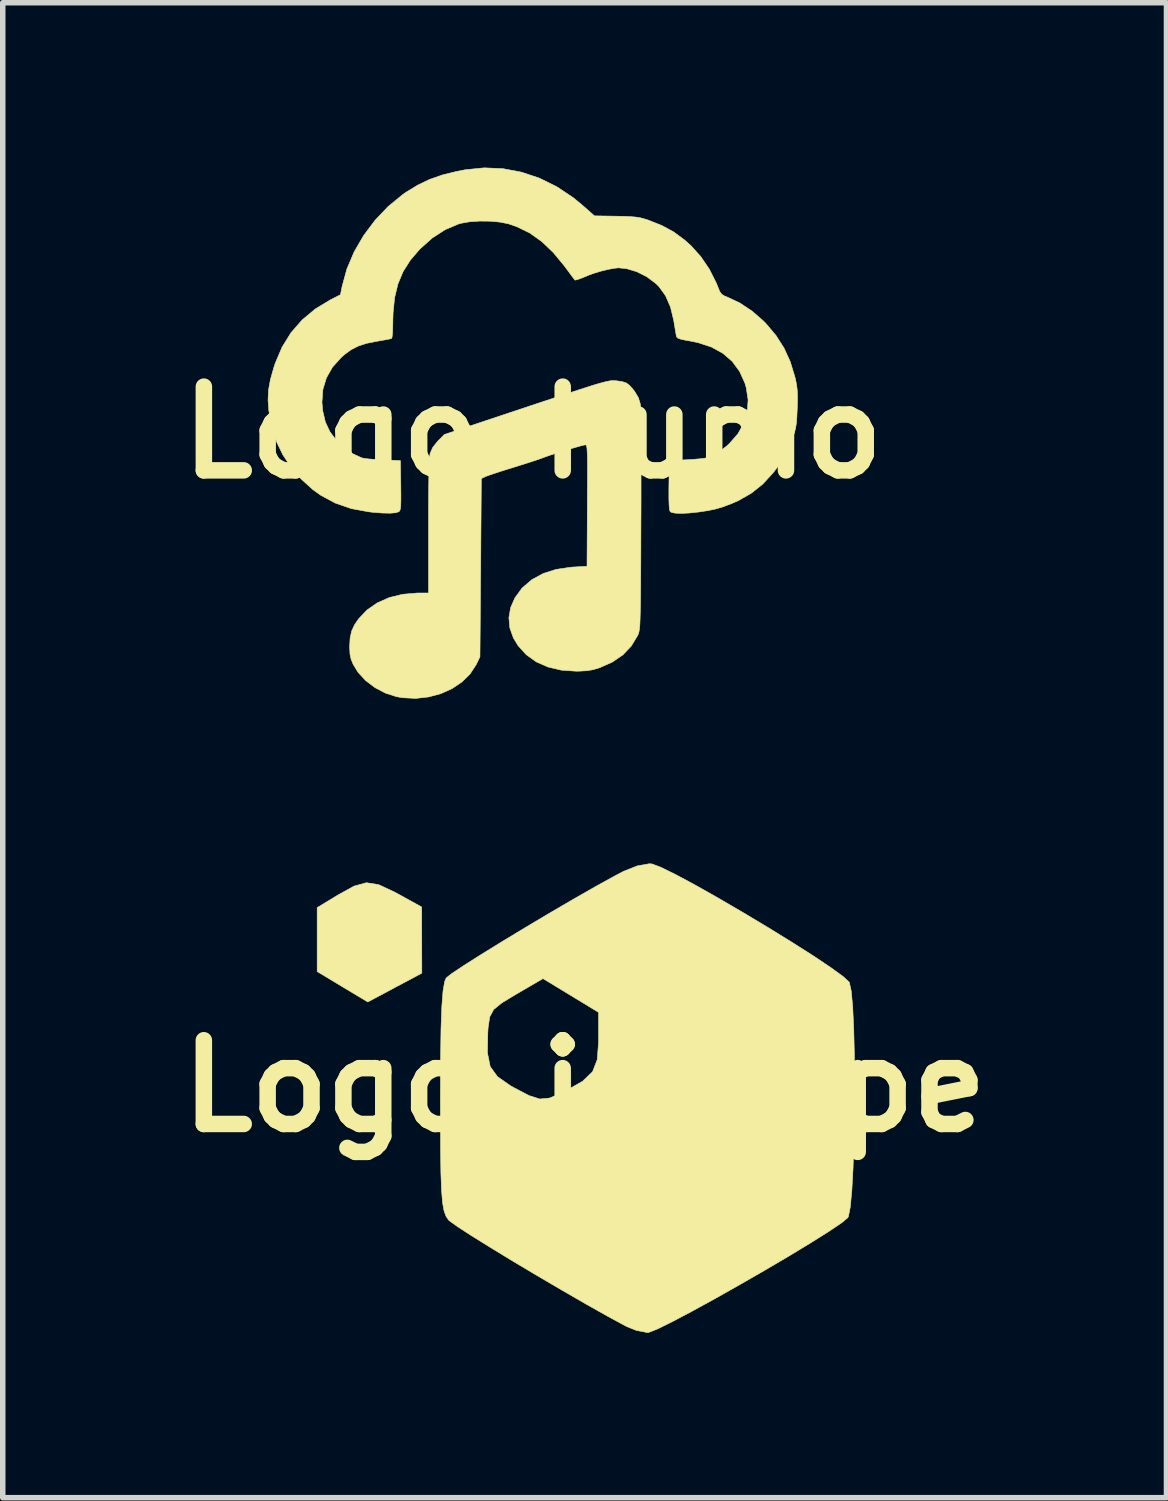
<source format=kicad_pcb>
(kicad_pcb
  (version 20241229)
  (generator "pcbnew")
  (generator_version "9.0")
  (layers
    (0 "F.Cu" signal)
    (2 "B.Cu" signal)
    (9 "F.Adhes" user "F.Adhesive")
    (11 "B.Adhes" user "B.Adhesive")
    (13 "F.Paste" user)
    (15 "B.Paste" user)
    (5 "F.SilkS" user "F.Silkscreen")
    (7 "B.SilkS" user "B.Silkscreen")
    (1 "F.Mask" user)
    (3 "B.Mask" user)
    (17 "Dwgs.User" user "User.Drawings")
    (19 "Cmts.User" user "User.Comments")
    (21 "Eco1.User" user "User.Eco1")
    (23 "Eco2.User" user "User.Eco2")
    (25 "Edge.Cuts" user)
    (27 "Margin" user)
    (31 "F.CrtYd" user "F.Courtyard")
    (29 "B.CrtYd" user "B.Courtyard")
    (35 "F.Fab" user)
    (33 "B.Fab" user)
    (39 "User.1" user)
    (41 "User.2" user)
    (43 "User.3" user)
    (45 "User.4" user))
  (footprint "Logo humo"
    (layer "F.Cu")
    (at 6.648 4.822)
    (property "Reference" "Logo humo" (at 0 0 0) (layer "F.SilkS") (effects (font (size 1.524 1.524) (thickness 0.3))))
    (attr through_hole)
    (fp_poly (pts (xy 1.511 -0.942) (xy 1.522 -0.941) (xy 1.626 -0.926) (xy 1.7 -0.902) (xy 1.761 -0.858) (xy 1.824 -0.785) (xy 1.854 -0.746) (xy 1.921 -0.636) (xy 1.955 -0.526) (xy 1.96 -0.492) (xy 1.963 -0.447) (xy 1.965 -0.356) (xy 1.967 -0.223) (xy 1.968 -0.053) (xy 1.969 0.151) (xy 1.97 0.385) (xy 1.97 0.644) (xy 1.97 0.924) (xy 1.97 1.221) (xy 1.969 1.531) (xy 1.968 1.611) (xy 1.967 1.971) (xy 1.966 2.285) (xy 1.964 2.556) (xy 1.963 2.787) (xy 1.961 2.981) (xy 1.959 3.143) (xy 1.956 3.276) (xy 1.953 3.383) (xy 1.95 3.467) (xy 1.946 3.532) (xy 1.94 3.582) (xy 1.934 3.619) (xy 1.927 3.648) (xy 1.919 3.671) (xy 1.91 3.692) (xy 1.908 3.696) (xy 1.791 3.889) (xy 1.637 4.05) (xy 1.444 4.181) (xy 1.21 4.284) (xy 1.204 4.286) (xy 1.095 4.318) (xy 0.985 4.336) (xy 0.852 4.344) (xy 0.79 4.345) (xy 0.52 4.326) (xy 0.277 4.269) (xy 0.063 4.175) (xy -0.119 4.045) (xy -0.268 3.88) (xy -0.354 3.738) (xy -0.418 3.558) (xy -0.435 3.373) (xy -0.404 3.189) (xy -0.326 3.011) (xy -0.203 2.842) (xy -0.189 2.826) (xy -0.017 2.679) (xy 0.189 2.567) (xy 0.427 2.491) (xy 0.696 2.452) (xy 0.724 2.45) (xy 0.987 2.435) (xy 0.993 1.33) (xy 0.994 1.066) (xy 0.995 0.847) (xy 0.996 0.67) (xy 0.995 0.53) (xy 0.993 0.423) (xy 0.99 0.344) (xy 0.986 0.289) (xy 0.981 0.254) (xy 0.973 0.235) (xy 0.964 0.226) (xy 0.956 0.225) (xy 0.919 0.232) (xy 0.846 0.251) (xy 0.746 0.28) (xy 0.631 0.314) (xy 0.511 0.35) (xy 0.396 0.386) (xy 0.298 0.419) (xy 0.226 0.444) (xy 0.212 0.449) (xy 0.149 0.473) (xy 0.06 0.504) (xy -0.06 0.543) (xy -0.218 0.593) (xy -0.417 0.655) (xy -0.437 0.661) (xy -0.571 0.703) (xy -0.692 0.743) (xy -0.791 0.776) (xy -0.856 0.8) (xy -0.874 0.808) (xy -0.937 0.839) (xy -0.949 2.461) (xy -0.962 4.083) (xy -1.03 4.224) (xy -1.141 4.394) (xy -1.29 4.541) (xy -1.47 4.662) (xy -1.675 4.754) (xy -1.898 4.814) (xy -2.13 4.84) (xy -2.366 4.828) (xy -2.479 4.809) (xy -2.682 4.744) (xy -2.874 4.643) (xy -3.043 4.515) (xy -3.181 4.365) (xy -3.269 4.221) (xy -3.307 4.128) (xy -3.327 4.038) (xy -3.333 3.928) (xy -3.334 3.896) (xy -3.325 3.74) (xy -3.297 3.613) (xy -3.242 3.497) (xy -3.173 3.395) (xy -3.02 3.233) (xy -2.832 3.102) (xy -2.613 3.005) (xy -2.369 2.945) (xy -2.103 2.922) (xy -2.084 2.922) (xy -1.898 2.922) (xy -1.898 1.709) (xy -1.898 1.377) (xy -1.896 1.094) (xy -1.893 0.858) (xy -1.889 0.67) (xy -1.883 0.529) (xy -1.877 0.433) (xy -1.87 0.384) (xy -1.823 0.275) (xy -1.736 0.164) (xy -1.726 0.154) (xy -1.611 0.037) (xy -0.12 -0.46) (xy 0.183 -0.561) (xy 0.443 -0.647) (xy 0.663 -0.719) (xy 0.846 -0.779) (xy 0.998 -0.828) (xy 1.121 -0.867) (xy 1.22 -0.896) (xy 1.298 -0.917) (xy 1.359 -0.931) (xy 1.407 -0.94) (xy 1.446 -0.944) (xy 1.479 -0.944) (xy 1.511 -0.942)) (stroke (width 0.01) (type solid)) (fill yes) (layer "F.SilkS"))
    (fp_poly (pts (xy -0.543 -4.802) (xy -0.208 -4.739) (xy 0.119 -4.63) (xy 0.434 -4.475) (xy 0.733 -4.276) (xy 0.901 -4.138) (xy 1.122 -3.943) (xy 1.516 -3.937) (xy 1.673 -3.934) (xy 1.791 -3.928) (xy 1.883 -3.92) (xy 1.96 -3.907) (xy 2.034 -3.887) (xy 2.101 -3.866) (xy 2.347 -3.768) (xy 2.56 -3.653) (xy 2.756 -3.509) (xy 2.88 -3.399) (xy 3.057 -3.202) (xy 3.214 -2.971) (xy 3.34 -2.72) (xy 3.371 -2.643) (xy 3.404 -2.563) (xy 3.439 -2.516) (xy 3.49 -2.484) (xy 3.539 -2.465) (xy 3.769 -2.357) (xy 3.993 -2.208) (xy 4.2 -2.027) (xy 4.239 -1.988) (xy 4.427 -1.765) (xy 4.573 -1.536) (xy 4.686 -1.289) (xy 4.771 -1.01) (xy 4.782 -0.967) (xy 4.801 -0.869) (xy 4.813 -0.772) (xy 4.818 -0.663) (xy 4.817 -0.526) (xy 4.813 -0.43) (xy 4.806 -0.283) (xy 4.798 -0.172) (xy 4.784 -0.083) (xy 4.764 -0.001) (xy 4.735 0.088) (xy 4.722 0.125) (xy 4.654 0.295) (xy 4.583 0.436) (xy 4.499 0.57) (xy 4.39 0.714) (xy 4.373 0.735) (xy 4.183 0.942) (xy 3.975 1.107) (xy 3.74 1.241) (xy 3.62 1.293) (xy 3.47 1.35) (xy 3.335 1.391) (xy 3.193 1.421) (xy 3.024 1.447) (xy 3.014 1.448) (xy 2.842 1.466) (xy 2.698 1.473) (xy 2.589 1.468) (xy 2.519 1.452) (xy 2.5 1.439) (xy 2.488 1.403) (xy 2.481 1.325) (xy 2.477 1.203) (xy 2.477 1.034) (xy 2.478 0.958) (xy 2.485 0.512) (xy 2.797 0.497) (xy 2.921 0.489) (xy 3.031 0.48) (xy 3.114 0.471) (xy 3.159 0.462) (xy 3.159 0.462) (xy 3.303 0.399) (xy 3.419 0.332) (xy 3.528 0.247) (xy 3.578 0.202) (xy 3.732 0.026) (xy 3.841 -0.167) (xy 3.904 -0.375) (xy 3.919 -0.593) (xy 3.885 -0.816) (xy 3.861 -0.898) (xy 3.764 -1.112) (xy 3.631 -1.293) (xy 3.461 -1.44) (xy 3.254 -1.554) (xy 3.009 -1.635) (xy 2.878 -1.662) (xy 2.761 -1.683) (xy 2.685 -1.701) (xy 2.64 -1.718) (xy 2.619 -1.739) (xy 2.612 -1.758) (xy 2.604 -1.806) (xy 2.59 -1.888) (xy 2.573 -1.991) (xy 2.565 -2.04) (xy 2.506 -2.284) (xy 2.416 -2.49) (xy 2.294 -2.658) (xy 2.237 -2.714) (xy 2.075 -2.835) (xy 1.894 -2.926) (xy 1.708 -2.982) (xy 1.56 -2.997) (xy 1.48 -2.989) (xy 1.37 -2.968) (xy 1.247 -2.938) (xy 1.126 -2.903) (xy 1.026 -2.867) (xy 1.012 -2.861) (xy 0.904 -2.816) (xy 0.822 -2.786) (xy 0.774 -2.774) (xy 0.765 -2.775) (xy 0.748 -2.798) (xy 0.707 -2.852) (xy 0.649 -2.931) (xy 0.579 -3.025) (xy 0.577 -3.028) (xy 0.373 -3.275) (xy 0.164 -3.475) (xy -0.056 -3.631) (xy -0.291 -3.746) (xy -0.445 -3.799) (xy -0.597 -3.829) (xy -0.775 -3.846) (xy -0.964 -3.848) (xy -1.145 -3.836) (xy -1.301 -3.809) (xy -1.352 -3.795) (xy -1.595 -3.692) (xy -1.829 -3.541) (xy -2.051 -3.343) (xy -2.057 -3.338) (xy -2.229 -3.137) (xy -2.361 -2.929) (xy -2.455 -2.704) (xy -2.515 -2.456) (xy -2.543 -2.178) (xy -2.547 -2.043) (xy -2.549 -1.922) (xy -2.553 -1.821) (xy -2.56 -1.748) (xy -2.568 -1.714) (xy -2.569 -1.713) (xy -2.602 -1.703) (xy -2.672 -1.689) (xy -2.768 -1.672) (xy -2.838 -1.66) (xy -3.024 -1.623) (xy -3.176 -1.574) (xy -3.307 -1.507) (xy -3.431 -1.416) (xy -3.49 -1.363) (xy -3.647 -1.188) (xy -3.757 -0.994) (xy -3.821 -0.782) (xy -3.838 -0.552) (xy -3.824 -0.394) (xy -3.776 -0.19) (xy -3.692 -0.011) (xy -3.566 0.154) (xy -3.525 0.196) (xy -3.44 0.277) (xy -3.359 0.338) (xy -3.268 0.391) (xy -3.149 0.446) (xy -3.109 0.463) (xy -3.066 0.472) (xy -2.985 0.482) (xy -2.875 0.49) (xy -2.75 0.497) (xy -2.735 0.498) (xy -2.41 0.512) (xy -2.403 0.961) (xy -2.401 1.123) (xy -2.401 1.243) (xy -2.404 1.326) (xy -2.409 1.382) (xy -2.418 1.416) (xy -2.431 1.436) (xy -2.439 1.442) (xy -2.497 1.461) (xy -2.6 1.469) (xy -2.744 1.466) (xy -2.927 1.451) (xy -2.985 1.444) (xy -3.302 1.386) (xy -3.593 1.286) (xy -3.858 1.144) (xy -4.005 1.039) (xy -4.215 0.848) (xy -4.399 0.634) (xy -4.55 0.406) (xy -4.662 0.174) (xy -4.704 0.05) (xy -4.766 -0.19) (xy -4.805 -0.399) (xy -4.819 -0.589) (xy -4.81 -0.773) (xy -4.776 -0.963) (xy -4.717 -1.172) (xy -4.688 -1.261) (xy -4.563 -1.555) (xy -4.399 -1.819) (xy -4.197 -2.05) (xy -3.956 -2.25) (xy -3.689 -2.412) (xy -3.501 -2.508) (xy -3.471 -2.659) (xy -3.384 -2.976) (xy -3.252 -3.287) (xy -3.079 -3.585) (xy -2.87 -3.864) (xy -2.631 -4.115) (xy -2.365 -4.333) (xy -2.309 -4.372) (xy -2.096 -4.502) (xy -1.879 -4.606) (xy -1.645 -4.688) (xy -1.381 -4.753) (xy -1.224 -4.783) (xy -0.883 -4.817) (xy -0.543 -4.802)) (stroke (width 0.01) (type solid)) (fill yes) (layer "F.SilkS")))
  (footprint "Logo isotype"
    (layer "F.Cu")
    (at 7.591 16.719)
    (property "Reference" "Logo isotype" (at 0 0 0) (layer "F.SilkS") (effects (font (size 1.524 1.524) (thickness 0.3))))
    (attr through_hole)
    (fp_poly (pts (xy -3.749 -3.667) (xy -3.464 -3.534) (xy -3.388 -3.493) (xy -2.966 -3.26) (xy -2.963 -2.056) (xy -3.455 -1.794) (xy -3.947 -1.531) (xy -4.408 -1.808) (xy -4.868 -2.085) (xy -4.868 -3.249) (xy -4.487 -3.48) (xy -4.197 -3.64) (xy -3.972 -3.702) (xy -3.749 -3.667)) (stroke (width 0.01) (type solid)) (fill yes) (layer "F.SilkS"))
    (fp_poly (pts (xy 1.225 -4.044) (xy 1.388 -3.983) (xy 1.66 -3.849) (xy 2.016 -3.658) (xy 2.43 -3.424) (xy 2.877 -3.163) (xy 3.332 -2.891) (xy 3.768 -2.622) (xy 4.16 -2.373) (xy 4.482 -2.157) (xy 4.71 -1.991) (xy 4.817 -1.891) (xy 4.819 -1.886) (xy 4.854 -1.725) (xy 4.88 -1.431) (xy 4.899 -1.032) (xy 4.91 -0.558) (xy 4.915 -0.039) (xy 4.912 0.496) (xy 4.902 1.018) (xy 4.886 1.496) (xy 4.864 1.901) (xy 4.835 2.204) (xy 4.801 2.375) (xy 4.79 2.395) (xy 4.678 2.489) (xy 4.445 2.646) (xy 4.117 2.852) (xy 3.72 3.093) (xy 3.28 3.352) (xy 2.821 3.616) (xy 2.371 3.87) (xy 1.955 4.098) (xy 1.599 4.286) (xy 1.328 4.42) (xy 1.169 4.483) (xy 1.147 4.487) (xy 0.941 4.447) (xy 0.762 4.375) (xy 0.431 4.196) (xy 0.033 3.972) (xy -0.407 3.718) (xy -0.862 3.451) (xy -1.307 3.186) (xy -1.715 2.937) (xy -2.061 2.722) (xy -2.318 2.555) (xy -2.461 2.452) (xy -2.477 2.437) (xy -2.523 2.368) (xy -2.559 2.269) (xy -2.586 2.119) (xy -2.604 1.895) (xy -2.616 1.577) (xy -2.622 1.143) (xy -2.624 0.572) (xy -2.625 0.218) (xy -2.622 -0.487) (xy -2.62 -0.606) (xy -1.769 -0.606) (xy -1.718 -0.355) (xy -1.586 -0.172) (xy -1.35 -0.007) (xy -1.293 0.025) (xy -1.013 0.172) (xy -0.816 0.235) (xy -0.639 0.218) (xy -0.42 0.126) (xy -0.344 0.087) (xy -0.036 -0.089) (xy 0.145 -0.262) (xy 0.23 -0.482) (xy 0.254 -0.8) (xy 0.254 -0.847) (xy 0.254 -1.342) (xy -0.252 -1.65) (xy -0.758 -1.957) (xy -1.247 -1.672) (xy -1.508 -1.514) (xy -1.656 -1.393) (xy -1.727 -1.26) (xy -1.756 -1.07) (xy -1.762 -0.974) (xy -1.769 -0.606) (xy -2.62 -0.606) (xy -2.614 -1.037) (xy -2.599 -1.447) (xy -2.577 -1.731) (xy -2.547 -1.904) (xy -2.519 -1.969) (xy -2.419 -2.048) (xy -2.199 -2.195) (xy -1.883 -2.395) (xy -1.499 -2.632) (xy -1.071 -2.891) (xy -0.627 -3.155) (xy -0.192 -3.409) (xy 0.209 -3.638) (xy 0.548 -3.825) (xy 0.71 -3.91) (xy 0.958 -4.008) (xy 1.176 -4.047) (xy 1.225 -4.044)) (stroke (width 0.01) (type solid)) (fill yes) (layer "F.SilkS")))
  (gr_rect
    (start -3 -3)
    (end 18.182 24.211)
    (stroke (width 0.1) (type default))
    (fill no)
    (layer "Edge.Cuts")))
</source>
